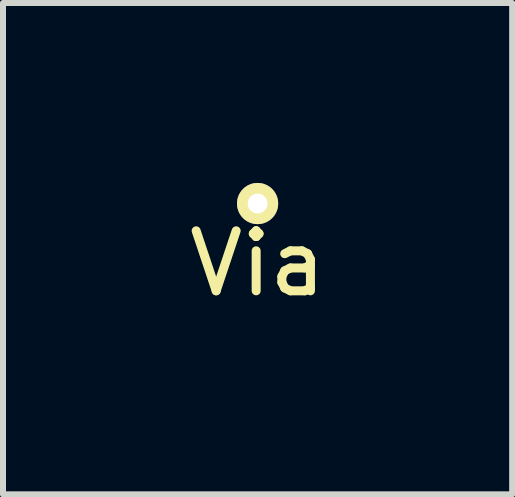
<source format=kicad_pcb>
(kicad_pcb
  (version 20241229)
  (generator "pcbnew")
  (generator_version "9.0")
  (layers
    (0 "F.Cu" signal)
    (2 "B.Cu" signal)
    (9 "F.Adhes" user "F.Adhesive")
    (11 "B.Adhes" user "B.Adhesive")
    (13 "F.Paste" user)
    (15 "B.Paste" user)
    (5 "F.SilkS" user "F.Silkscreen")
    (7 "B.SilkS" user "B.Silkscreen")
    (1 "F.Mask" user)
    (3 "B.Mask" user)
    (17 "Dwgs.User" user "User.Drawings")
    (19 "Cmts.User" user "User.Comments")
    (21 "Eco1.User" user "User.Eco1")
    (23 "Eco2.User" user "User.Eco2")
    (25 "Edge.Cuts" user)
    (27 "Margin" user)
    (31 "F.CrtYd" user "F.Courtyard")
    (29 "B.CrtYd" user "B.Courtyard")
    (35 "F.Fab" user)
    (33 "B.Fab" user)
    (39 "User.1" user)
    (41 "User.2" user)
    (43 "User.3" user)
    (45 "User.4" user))
  (footprint "Via"
    (layer "F.Cu")
    (at 1.244 0.343)
    (property "Reference" "Via" (at 0 1 0) (layer "F.SilkS") (effects (font (size 1 1) (thickness 0.15))))
    (attr through_hole)
    (pad "1" thru_hole circle (at 0 0) (size 0.686 0.686) (drill 0.33) (layers "*.Cu" "*.Mask" "F.SilkS")))
  (gr_rect
    (start -3 -3)
    (end 5.488 5.191)
    (stroke (width 0.1) (type default))
    (fill no)
    (layer "Edge.Cuts")))
</source>
